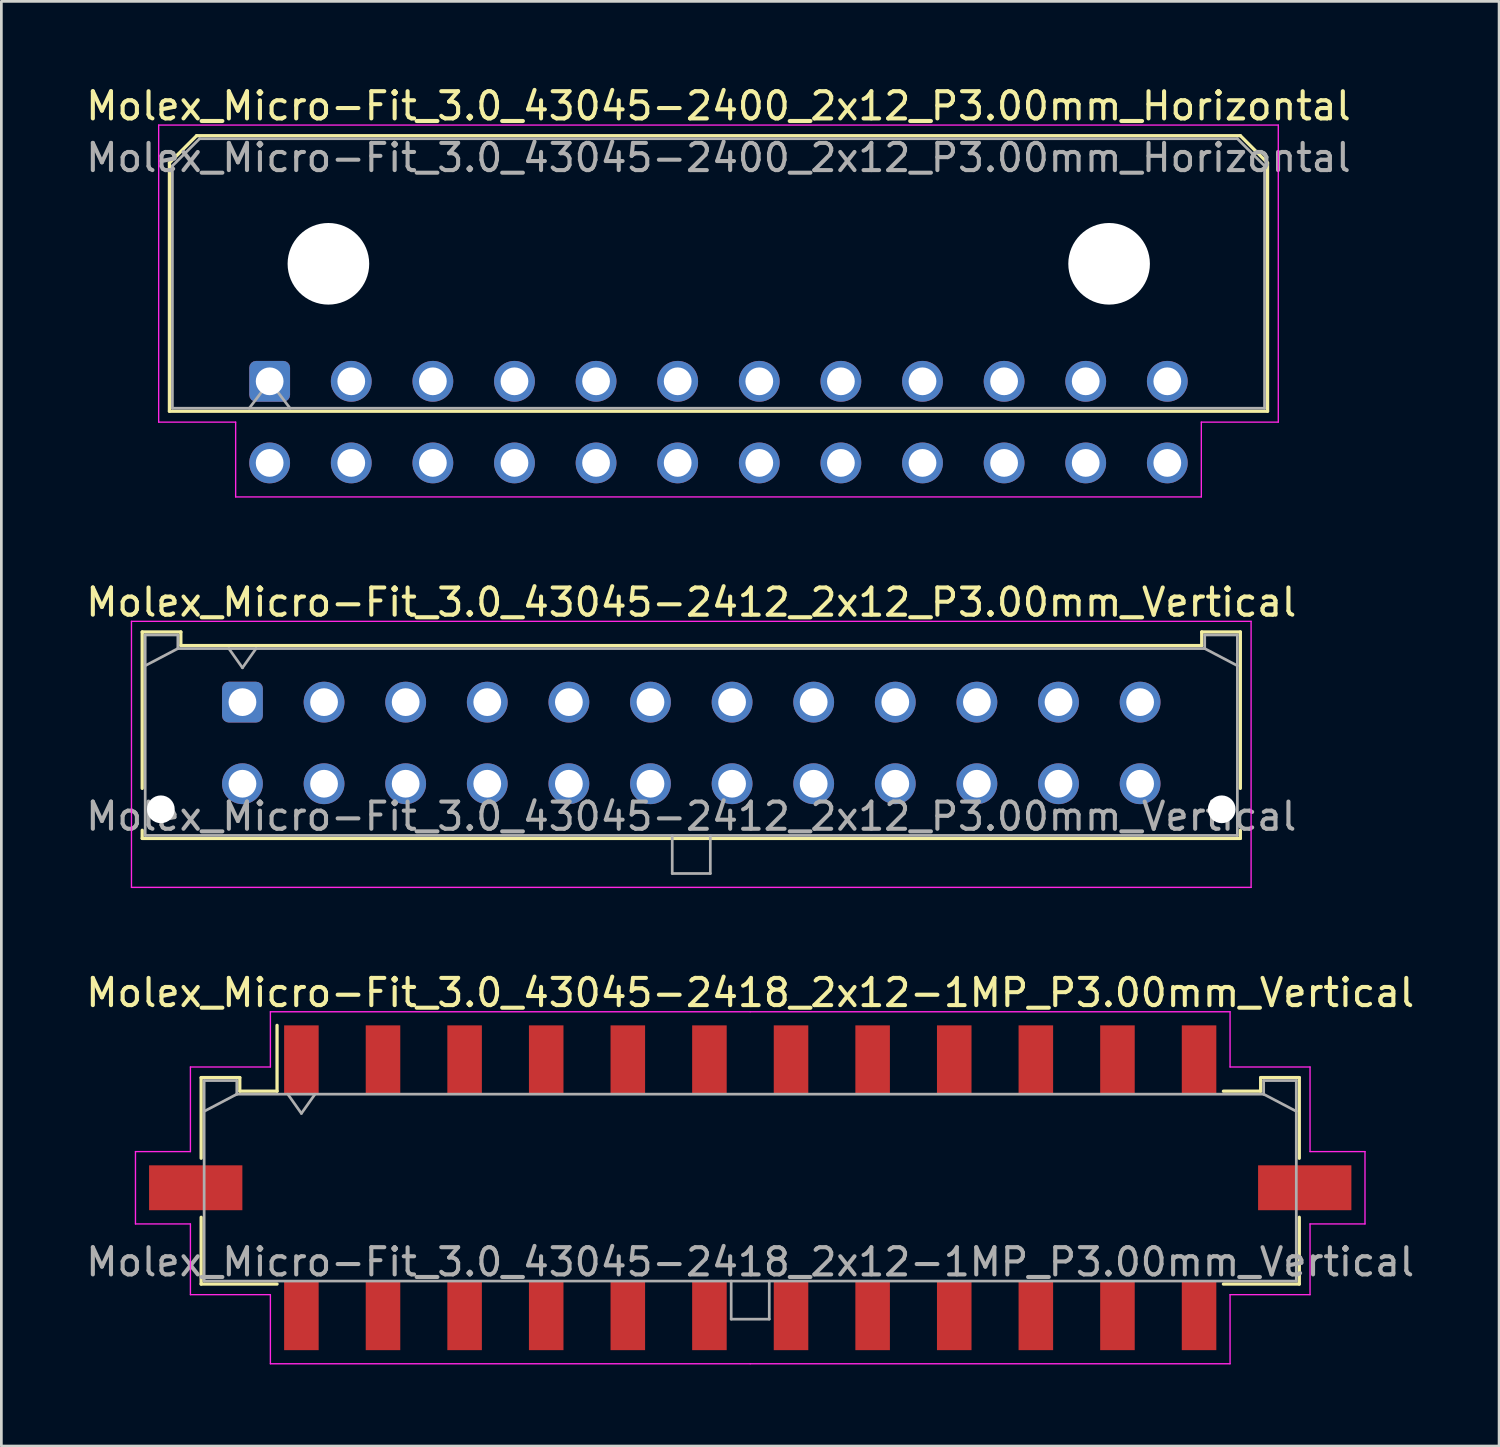
<source format=kicad_pcb>
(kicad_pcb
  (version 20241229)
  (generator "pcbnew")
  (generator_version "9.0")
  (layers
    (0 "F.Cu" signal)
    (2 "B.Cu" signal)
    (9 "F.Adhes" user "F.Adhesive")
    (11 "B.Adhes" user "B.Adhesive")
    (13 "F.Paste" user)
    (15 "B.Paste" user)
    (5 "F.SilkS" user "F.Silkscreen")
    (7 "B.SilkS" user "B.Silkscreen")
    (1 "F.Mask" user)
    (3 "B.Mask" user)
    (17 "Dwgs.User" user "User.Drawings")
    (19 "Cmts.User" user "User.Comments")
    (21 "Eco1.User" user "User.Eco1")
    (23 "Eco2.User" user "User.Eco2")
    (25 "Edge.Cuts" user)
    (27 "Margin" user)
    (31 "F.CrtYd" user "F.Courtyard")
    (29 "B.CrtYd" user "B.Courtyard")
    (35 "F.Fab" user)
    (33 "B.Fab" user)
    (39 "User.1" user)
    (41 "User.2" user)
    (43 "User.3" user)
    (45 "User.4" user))
  (footprint "Molex_Micro-Fit_3.0_43045-2412_2x12_P3.00mm_Vertical"
    (layer "F.Cu")
    (at 5.863 22.762)
    (property "Reference" "Molex_Micro-Fit_3.0_43045-2412_2x12_P3.00mm_Vertical" (at 16.5 -3.67 0) (layer "F.SilkS") (effects (font (size 1 1) (thickness 0.15))))
    (attr through_hole)
    (fp_line (start -3.685 -2.58) (end -2.265 -2.58) (stroke (width 0.12) (type solid)) (layer "F.SilkS"))
    (fp_line (start -3.685 3.17) (end -3.685 -2.58) (stroke (width 0.12) (type solid)) (layer "F.SilkS"))
    (fp_line (start -3.685 4.71) (end -3.685 5.01) (stroke (width 0.12) (type solid)) (layer "F.SilkS"))
    (fp_line (start -3.685 5.01) (end 36.685 5.01) (stroke (width 0.12) (type solid)) (layer "F.SilkS"))
    (fp_line (start -2.265 -2.58) (end -2.265 -2.08) (stroke (width 0.12) (type solid)) (layer "F.SilkS"))
    (fp_line (start -2.265 -2.08) (end 35.265 -2.08) (stroke (width 0.12) (type solid)) (layer "F.SilkS"))
    (fp_line (start 35.265 -2.58) (end 36.685 -2.58) (stroke (width 0.12) (type solid)) (layer "F.SilkS"))
    (fp_line (start 35.265 -2.08) (end 35.265 -2.58) (stroke (width 0.12) (type solid)) (layer "F.SilkS"))
    (fp_line (start 36.685 -2.58) (end 36.685 3.17) (stroke (width 0.12) (type solid)) (layer "F.SilkS"))
    (fp_line (start 36.685 5.01) (end 36.685 4.71) (stroke (width 0.12) (type solid)) (layer "F.SilkS"))
    (fp_line (start -4.08 -2.97) (end 37.08 -2.97) (stroke (width 0.05) (type solid)) (layer "F.CrtYd"))
    (fp_line (start -4.08 6.81) (end -4.08 -2.97) (stroke (width 0.05) (type solid)) (layer "F.CrtYd"))
    (fp_line (start 37.08 -2.97) (end 37.08 6.81) (stroke (width 0.05) (type solid)) (layer "F.CrtYd"))
    (fp_line (start 37.08 6.81) (end -4.08 6.81) (stroke (width 0.05) (type solid)) (layer "F.CrtYd"))
    (fp_line (start -3.575 -2.47) (end -3.575 4.9) (stroke (width 0.1) (type solid)) (layer "F.Fab"))
    (fp_line (start -3.575 -1.34) (end -2.375 -1.97) (stroke (width 0.1) (type solid)) (layer "F.Fab"))
    (fp_line (start -3.575 4.9) (end 36.575 4.9) (stroke (width 0.1) (type solid)) (layer "F.Fab"))
    (fp_line (start -2.375 -2.47) (end -3.575 -2.47) (stroke (width 0.1) (type solid)) (layer "F.Fab"))
    (fp_line (start -2.375 -1.97) (end -2.375 -2.47) (stroke (width 0.1) (type solid)) (layer "F.Fab"))
    (fp_line (start -0.5 -1.97) (end 0 -1.263) (stroke (width 0.1) (type solid)) (layer "F.Fab"))
    (fp_line (start 0 -1.263) (end 0.5 -1.97) (stroke (width 0.1) (type solid)) (layer "F.Fab"))
    (fp_line (start 15.8 4.9) (end 15.8 6.3) (stroke (width 0.1) (type solid)) (layer "F.Fab"))
    (fp_line (start 15.8 6.3) (end 17.2 6.3) (stroke (width 0.1) (type solid)) (layer "F.Fab"))
    (fp_line (start 17.2 6.3) (end 17.2 4.9) (stroke (width 0.1) (type solid)) (layer "F.Fab"))
    (fp_line (start 35.375 -2.47) (end 35.375 -1.97) (stroke (width 0.1) (type solid)) (layer "F.Fab"))
    (fp_line (start 35.375 -1.97) (end -2.375 -1.97) (stroke (width 0.1) (type solid)) (layer "F.Fab"))
    (fp_line (start 36.575 -2.47) (end 35.375 -2.47) (stroke (width 0.1) (type solid)) (layer "F.Fab"))
    (fp_line (start 36.575 -1.34) (end 35.375 -1.97) (stroke (width 0.1) (type solid)) (layer "F.Fab"))
    (fp_line (start 36.575 4.9) (end 36.575 -2.47) (stroke (width 0.1) (type solid)) (layer "F.Fab"))
    (fp_text user "${REFERENCE}" (at 16.5 4.2 0) (layer "F.Fab") (effects (font (size 1 1) (thickness 0.15))))
    (pad "" np_thru_hole circle (at -3 3.94) (size 1.02 1.02) (drill 1.02) (layers "*.Cu" "*.Mask"))
    (pad "" np_thru_hole circle (at 36 3.94) (size 1.02 1.02) (drill 1.02) (layers "*.Cu" "*.Mask"))
    (pad "1" thru_hole roundrect (at 0 0) (size 1.5 1.5) (drill 1.02) (layers "*.Cu" "*.Mask") (roundrect_rratio 0.167))
    (pad "2" thru_hole circle (at 3 0) (size 1.5 1.5) (drill 1.02) (layers "*.Cu" "*.Mask"))
    (pad "3" thru_hole circle (at 6 0) (size 1.5 1.5) (drill 1.02) (layers "*.Cu" "*.Mask"))
    (pad "4" thru_hole circle (at 9 0) (size 1.5 1.5) (drill 1.02) (layers "*.Cu" "*.Mask"))
    (pad "5" thru_hole circle (at 12 0) (size 1.5 1.5) (drill 1.02) (layers "*.Cu" "*.Mask"))
    (pad "6" thru_hole circle (at 15 0) (size 1.5 1.5) (drill 1.02) (layers "*.Cu" "*.Mask"))
    (pad "7" thru_hole circle (at 18 0) (size 1.5 1.5) (drill 1.02) (layers "*.Cu" "*.Mask"))
    (pad "8" thru_hole circle (at 21 0) (size 1.5 1.5) (drill 1.02) (layers "*.Cu" "*.Mask"))
    (pad "9" thru_hole circle (at 24 0) (size 1.5 1.5) (drill 1.02) (layers "*.Cu" "*.Mask"))
    (pad "10" thru_hole circle (at 27 0) (size 1.5 1.5) (drill 1.02) (layers "*.Cu" "*.Mask"))
    (pad "11" thru_hole circle (at 30 0) (size 1.5 1.5) (drill 1.02) (layers "*.Cu" "*.Mask"))
    (pad "12" thru_hole circle (at 33 0) (size 1.5 1.5) (drill 1.02) (layers "*.Cu" "*.Mask"))
    (pad "13" thru_hole circle (at 0 3) (size 1.5 1.5) (drill 1.02) (layers "*.Cu" "*.Mask"))
    (pad "14" thru_hole circle (at 3 3) (size 1.5 1.5) (drill 1.02) (layers "*.Cu" "*.Mask"))
    (pad "15" thru_hole circle (at 6 3) (size 1.5 1.5) (drill 1.02) (layers "*.Cu" "*.Mask"))
    (pad "16" thru_hole circle (at 9 3) (size 1.5 1.5) (drill 1.02) (layers "*.Cu" "*.Mask"))
    (pad "17" thru_hole circle (at 12 3) (size 1.5 1.5) (drill 1.02) (layers "*.Cu" "*.Mask"))
    (pad "18" thru_hole circle (at 15 3) (size 1.5 1.5) (drill 1.02) (layers "*.Cu" "*.Mask"))
    (pad "19" thru_hole circle (at 18 3) (size 1.5 1.5) (drill 1.02) (layers "*.Cu" "*.Mask"))
    (pad "20" thru_hole circle (at 21 3) (size 1.5 1.5) (drill 1.02) (layers "*.Cu" "*.Mask"))
    (pad "21" thru_hole circle (at 24 3) (size 1.5 1.5) (drill 1.02) (layers "*.Cu" "*.Mask"))
    (pad "22" thru_hole circle (at 27 3) (size 1.5 1.5) (drill 1.02) (layers "*.Cu" "*.Mask"))
    (pad "23" thru_hole circle (at 30 3) (size 1.5 1.5) (drill 1.02) (layers "*.Cu" "*.Mask"))
    (pad "24" thru_hole circle (at 33 3) (size 1.5 1.5) (drill 1.02) (layers "*.Cu" "*.Mask")))
  (footprint "Molex_Micro-Fit_3.0_43045-2400_2x12_P3.00mm_Horizontal"
    (layer "F.Cu")
    (at 6.863 10.968)
    (property "Reference" "Molex_Micro-Fit_3.0_43045-2400_2x12_P3.00mm_Horizontal" (at 16.5 -10.12 0) (layer "F.SilkS") (effects (font (size 1 1) (thickness 0.15))))
    (attr through_hole)
    (fp_line (start -3.685 -8.03) (end -2.685 -9.03) (stroke (width 0.12) (type solid)) (layer "F.SilkS"))
    (fp_line (start -3.685 1.1) (end -3.685 -8.03) (stroke (width 0.12) (type solid)) (layer "F.SilkS"))
    (fp_line (start -2.685 -9.03) (end 35.685 -9.03) (stroke (width 0.12) (type solid)) (layer "F.SilkS"))
    (fp_line (start 35.685 -9.03) (end 36.685 -8.03) (stroke (width 0.12) (type solid)) (layer "F.SilkS"))
    (fp_line (start 36.685 -8.03) (end 36.685 1.1) (stroke (width 0.12) (type solid)) (layer "F.SilkS"))
    (fp_line (start 36.685 1.1) (end -3.685 1.1) (stroke (width 0.12) (type solid)) (layer "F.SilkS"))
    (fp_line (start -4.08 -9.42) (end 37.08 -9.42) (stroke (width 0.05) (type solid)) (layer "F.CrtYd"))
    (fp_line (start -4.08 1.5) (end -4.08 -9.42) (stroke (width 0.05) (type solid)) (layer "F.CrtYd"))
    (fp_line (start -1.25 1.5) (end -4.08 1.5) (stroke (width 0.05) (type solid)) (layer "F.CrtYd"))
    (fp_line (start -1.25 4.25) (end -1.25 1.5) (stroke (width 0.05) (type solid)) (layer "F.CrtYd"))
    (fp_line (start 34.25 1.5) (end 34.25 4.25) (stroke (width 0.05) (type solid)) (layer "F.CrtYd"))
    (fp_line (start 34.25 4.25) (end -1.25 4.25) (stroke (width 0.05) (type solid)) (layer "F.CrtYd"))
    (fp_line (start 37.08 -9.42) (end 37.08 1.5) (stroke (width 0.05) (type solid)) (layer "F.CrtYd"))
    (fp_line (start 37.08 1.5) (end 34.25 1.5) (stroke (width 0.05) (type solid)) (layer "F.CrtYd"))
    (fp_line (start -3.575 -7.92) (end -2.575 -8.92) (stroke (width 0.1) (type solid)) (layer "F.Fab"))
    (fp_line (start -3.575 0.99) (end -3.575 -7.92) (stroke (width 0.1) (type solid)) (layer "F.Fab"))
    (fp_line (start -2.575 -8.92) (end 35.575 -8.92) (stroke (width 0.1) (type solid)) (layer "F.Fab"))
    (fp_line (start -0.75 0.99) (end 0 0) (stroke (width 0.1) (type solid)) (layer "F.Fab"))
    (fp_line (start 0 0) (end 0.75 0.99) (stroke (width 0.1) (type solid)) (layer "F.Fab"))
    (fp_line (start 35.575 -8.92) (end 36.575 -7.92) (stroke (width 0.1) (type solid)) (layer "F.Fab"))
    (fp_line (start 36.575 -7.92) (end 36.575 0.99) (stroke (width 0.1) (type solid)) (layer "F.Fab"))
    (fp_line (start 36.575 0.99) (end -3.575 0.99) (stroke (width 0.1) (type solid)) (layer "F.Fab"))
    (fp_text user "${REFERENCE}" (at 16.5 -8.22 0) (layer "F.Fab") (effects (font (size 1 1) (thickness 0.15))))
    (pad "" np_thru_hole circle (at 2.16 -4.32) (size 3 3) (drill 3) (layers "*.Cu" "*.Mask"))
    (pad "" np_thru_hole circle (at 30.86 -4.32) (size 3 3) (drill 3) (layers "*.Cu" "*.Mask"))
    (pad "1" thru_hole roundrect (at 0 0) (size 1.5 1.5) (drill 1.02) (layers "*.Cu" "*.Mask") (roundrect_rratio 0.167))
    (pad "2" thru_hole circle (at 3 0) (size 1.5 1.5) (drill 1.02) (layers "*.Cu" "*.Mask"))
    (pad "3" thru_hole circle (at 6 0) (size 1.5 1.5) (drill 1.02) (layers "*.Cu" "*.Mask"))
    (pad "4" thru_hole circle (at 9 0) (size 1.5 1.5) (drill 1.02) (layers "*.Cu" "*.Mask"))
    (pad "5" thru_hole circle (at 12 0) (size 1.5 1.5) (drill 1.02) (layers "*.Cu" "*.Mask"))
    (pad "6" thru_hole circle (at 15 0) (size 1.5 1.5) (drill 1.02) (layers "*.Cu" "*.Mask"))
    (pad "7" thru_hole circle (at 18 0) (size 1.5 1.5) (drill 1.02) (layers "*.Cu" "*.Mask"))
    (pad "8" thru_hole circle (at 21 0) (size 1.5 1.5) (drill 1.02) (layers "*.Cu" "*.Mask"))
    (pad "9" thru_hole circle (at 24 0) (size 1.5 1.5) (drill 1.02) (layers "*.Cu" "*.Mask"))
    (pad "10" thru_hole circle (at 27 0) (size 1.5 1.5) (drill 1.02) (layers "*.Cu" "*.Mask"))
    (pad "11" thru_hole circle (at 30 0) (size 1.5 1.5) (drill 1.02) (layers "*.Cu" "*.Mask"))
    (pad "12" thru_hole circle (at 33 0) (size 1.5 1.5) (drill 1.02) (layers "*.Cu" "*.Mask"))
    (pad "13" thru_hole circle (at 0 3) (size 1.5 1.5) (drill 1.02) (layers "*.Cu" "*.Mask"))
    (pad "14" thru_hole circle (at 3 3) (size 1.5 1.5) (drill 1.02) (layers "*.Cu" "*.Mask"))
    (pad "15" thru_hole circle (at 6 3) (size 1.5 1.5) (drill 1.02) (layers "*.Cu" "*.Mask"))
    (pad "16" thru_hole circle (at 9 3) (size 1.5 1.5) (drill 1.02) (layers "*.Cu" "*.Mask"))
    (pad "17" thru_hole circle (at 12 3) (size 1.5 1.5) (drill 1.02) (layers "*.Cu" "*.Mask"))
    (pad "18" thru_hole circle (at 15 3) (size 1.5 1.5) (drill 1.02) (layers "*.Cu" "*.Mask"))
    (pad "19" thru_hole circle (at 18 3) (size 1.5 1.5) (drill 1.02) (layers "*.Cu" "*.Mask"))
    (pad "20" thru_hole circle (at 21 3) (size 1.5 1.5) (drill 1.02) (layers "*.Cu" "*.Mask"))
    (pad "21" thru_hole circle (at 24 3) (size 1.5 1.5) (drill 1.02) (layers "*.Cu" "*.Mask"))
    (pad "22" thru_hole circle (at 27 3) (size 1.5 1.5) (drill 1.02) (layers "*.Cu" "*.Mask"))
    (pad "23" thru_hole circle (at 30 3) (size 1.5 1.5) (drill 1.02) (layers "*.Cu" "*.Mask"))
    (pad "24" thru_hole circle (at 33 3) (size 1.5 1.5) (drill 1.02) (layers "*.Cu" "*.Mask")))
  (footprint "Molex_Micro-Fit_3.0_43045-2418_2x12-1MP_P3.00mm_Vertical"
    (layer "F.Cu")
    (at 24.53 40.615)
    (property "Reference" "Molex_Micro-Fit_3.0_43045-2418_2x12-1MP_P3.00mm_Vertical" (at 0 -7.17 0) (layer "F.SilkS") (effects (font (size 1 1) (thickness 0.15))))
    (attr smd)
    (fp_line (start -20.185 -4.05) (end -18.765 -4.05) (stroke (width 0.12) (type solid)) (layer "F.SilkS"))
    (fp_line (start -20.185 -1.085) (end -20.185 -4.05) (stroke (width 0.12) (type solid)) (layer "F.SilkS"))
    (fp_line (start -20.185 1.085) (end -20.185 3.54) (stroke (width 0.12) (type solid)) (layer "F.SilkS"))
    (fp_line (start -20.185 3.54) (end -17.395 3.54) (stroke (width 0.12) (type solid)) (layer "F.SilkS"))
    (fp_line (start -18.765 -4.05) (end -18.765 -3.55) (stroke (width 0.12) (type solid)) (layer "F.SilkS"))
    (fp_line (start -18.765 -3.55) (end -17.395 -3.55) (stroke (width 0.12) (type solid)) (layer "F.SilkS"))
    (fp_line (start -17.395 -3.55) (end -17.395 -5.97) (stroke (width 0.12) (type solid)) (layer "F.SilkS"))
    (fp_line (start 18.765 -4.05) (end 18.765 -3.55) (stroke (width 0.12) (type solid)) (layer "F.SilkS"))
    (fp_line (start 18.765 -3.55) (end 17.395 -3.55) (stroke (width 0.12) (type solid)) (layer "F.SilkS"))
    (fp_line (start 20.185 -4.05) (end 18.765 -4.05) (stroke (width 0.12) (type solid)) (layer "F.SilkS"))
    (fp_line (start 20.185 -1.085) (end 20.185 -4.05) (stroke (width 0.12) (type solid)) (layer "F.SilkS"))
    (fp_line (start 20.185 1.085) (end 20.185 3.54) (stroke (width 0.12) (type solid)) (layer "F.SilkS"))
    (fp_line (start 20.185 3.54) (end 17.395 3.54) (stroke (width 0.12) (type solid)) (layer "F.SilkS"))
    (fp_line (start -22.6 -1.33) (end -22.6 1.33) (stroke (width 0.05) (type solid)) (layer "F.CrtYd"))
    (fp_line (start -22.6 1.33) (end -20.58 1.33) (stroke (width 0.05) (type solid)) (layer "F.CrtYd"))
    (fp_line (start -20.58 -4.44) (end -20.58 -1.33) (stroke (width 0.05) (type solid)) (layer "F.CrtYd"))
    (fp_line (start -20.58 -1.33) (end -22.6 -1.33) (stroke (width 0.05) (type solid)) (layer "F.CrtYd"))
    (fp_line (start -20.58 1.33) (end -20.58 3.93) (stroke (width 0.05) (type solid)) (layer "F.CrtYd"))
    (fp_line (start -20.58 3.93) (end -17.64 3.93) (stroke (width 0.05) (type solid)) (layer "F.CrtYd"))
    (fp_line (start -17.64 -6.47) (end -17.64 -4.44) (stroke (width 0.05) (type solid)) (layer "F.CrtYd"))
    (fp_line (start -17.64 -4.44) (end -20.58 -4.44) (stroke (width 0.05) (type solid)) (layer "F.CrtYd"))
    (fp_line (start -17.64 3.93) (end -17.64 6.47) (stroke (width 0.05) (type solid)) (layer "F.CrtYd"))
    (fp_line (start -17.64 6.47) (end 0 6.47) (stroke (width 0.05) (type solid)) (layer "F.CrtYd"))
    (fp_line (start 0 -6.47) (end -17.64 -6.47) (stroke (width 0.05) (type solid)) (layer "F.CrtYd"))
    (fp_line (start 0 -6.47) (end 17.64 -6.47) (stroke (width 0.05) (type solid)) (layer "F.CrtYd"))
    (fp_line (start 17.64 -6.47) (end 17.64 -4.44) (stroke (width 0.05) (type solid)) (layer "F.CrtYd"))
    (fp_line (start 17.64 -4.44) (end 20.58 -4.44) (stroke (width 0.05) (type solid)) (layer "F.CrtYd"))
    (fp_line (start 17.64 3.93) (end 17.64 6.47) (stroke (width 0.05) (type solid)) (layer "F.CrtYd"))
    (fp_line (start 17.64 6.47) (end 0 6.47) (stroke (width 0.05) (type solid)) (layer "F.CrtYd"))
    (fp_line (start 20.58 -4.44) (end 20.58 -1.33) (stroke (width 0.05) (type solid)) (layer "F.CrtYd"))
    (fp_line (start 20.58 -1.33) (end 22.6 -1.33) (stroke (width 0.05) (type solid)) (layer "F.CrtYd"))
    (fp_line (start 20.58 1.33) (end 20.58 3.93) (stroke (width 0.05) (type solid)) (layer "F.CrtYd"))
    (fp_line (start 20.58 3.93) (end 17.64 3.93) (stroke (width 0.05) (type solid)) (layer "F.CrtYd"))
    (fp_line (start 22.6 -1.33) (end 22.6 1.33) (stroke (width 0.05) (type solid)) (layer "F.CrtYd"))
    (fp_line (start 22.6 1.33) (end 20.58 1.33) (stroke (width 0.05) (type solid)) (layer "F.CrtYd"))
    (fp_line (start -20.075 -3.94) (end -20.075 3.43) (stroke (width 0.1) (type solid)) (layer "F.Fab"))
    (fp_line (start -20.075 -2.81) (end -18.875 -3.44) (stroke (width 0.1) (type solid)) (layer "F.Fab"))
    (fp_line (start -20.075 3.43) (end 20.075 3.43) (stroke (width 0.1) (type solid)) (layer "F.Fab"))
    (fp_line (start -18.875 -3.94) (end -20.075 -3.94) (stroke (width 0.1) (type solid)) (layer "F.Fab"))
    (fp_line (start -18.875 -3.44) (end -18.875 -3.94) (stroke (width 0.1) (type solid)) (layer "F.Fab"))
    (fp_line (start -17 -3.44) (end -16.5 -2.733) (stroke (width 0.1) (type solid)) (layer "F.Fab"))
    (fp_line (start -16.5 -2.733) (end -16 -3.44) (stroke (width 0.1) (type solid)) (layer "F.Fab"))
    (fp_line (start -0.7 3.43) (end -0.7 4.83) (stroke (width 0.1) (type solid)) (layer "F.Fab"))
    (fp_line (start -0.7 4.83) (end 0.7 4.83) (stroke (width 0.1) (type solid)) (layer "F.Fab"))
    (fp_line (start 0.7 4.83) (end 0.7 3.43) (stroke (width 0.1) (type solid)) (layer "F.Fab"))
    (fp_line (start 18.875 -3.94) (end 18.875 -3.44) (stroke (width 0.1) (type solid)) (layer "F.Fab"))
    (fp_line (start 18.875 -3.44) (end -18.875 -3.44) (stroke (width 0.1) (type solid)) (layer "F.Fab"))
    (fp_line (start 20.075 -3.94) (end 18.875 -3.94) (stroke (width 0.1) (type solid)) (layer "F.Fab"))
    (fp_line (start 20.075 -2.81) (end 18.875 -3.44) (stroke (width 0.1) (type solid)) (layer "F.Fab"))
    (fp_line (start 20.075 3.43) (end 20.075 -3.94) (stroke (width 0.1) (type solid)) (layer "F.Fab"))
    (fp_text user "${REFERENCE}" (at 0 2.73 0) (layer "F.Fab") (effects (font (size 1 1) (thickness 0.15))))
    (pad "1" smd rect (at -16.5 -4.7) (size 1.27 2.54) (layers "F.Cu" "F.Mask" "F.Paste"))
    (pad "2" smd rect (at -13.5 -4.7) (size 1.27 2.54) (layers "F.Cu" "F.Mask" "F.Paste"))
    (pad "3" smd rect (at -10.5 -4.7) (size 1.27 2.54) (layers "F.Cu" "F.Mask" "F.Paste"))
    (pad "4" smd rect (at -7.5 -4.7) (size 1.27 2.54) (layers "F.Cu" "F.Mask" "F.Paste"))
    (pad "5" smd rect (at -4.5 -4.7) (size 1.27 2.54) (layers "F.Cu" "F.Mask" "F.Paste"))
    (pad "6" smd rect (at -1.5 -4.7) (size 1.27 2.54) (layers "F.Cu" "F.Mask" "F.Paste"))
    (pad "7" smd rect (at 1.5 -4.7) (size 1.27 2.54) (layers "F.Cu" "F.Mask" "F.Paste"))
    (pad "8" smd rect (at 4.5 -4.7) (size 1.27 2.54) (layers "F.Cu" "F.Mask" "F.Paste"))
    (pad "9" smd rect (at 7.5 -4.7) (size 1.27 2.54) (layers "F.Cu" "F.Mask" "F.Paste"))
    (pad "10" smd rect (at 10.5 -4.7) (size 1.27 2.54) (layers "F.Cu" "F.Mask" "F.Paste"))
    (pad "11" smd rect (at 13.5 -4.7) (size 1.27 2.54) (layers "F.Cu" "F.Mask" "F.Paste"))
    (pad "12" smd rect (at 16.5 -4.7) (size 1.27 2.54) (layers "F.Cu" "F.Mask" "F.Paste"))
    (pad "13" smd rect (at -16.5 4.7) (size 1.27 2.54) (layers "F.Cu" "F.Mask" "F.Paste"))
    (pad "14" smd rect (at -13.5 4.7) (size 1.27 2.54) (layers "F.Cu" "F.Mask" "F.Paste"))
    (pad "15" smd rect (at -10.5 4.7) (size 1.27 2.54) (layers "F.Cu" "F.Mask" "F.Paste"))
    (pad "16" smd rect (at -7.5 4.7) (size 1.27 2.54) (layers "F.Cu" "F.Mask" "F.Paste"))
    (pad "17" smd rect (at -4.5 4.7) (size 1.27 2.54) (layers "F.Cu" "F.Mask" "F.Paste"))
    (pad "18" smd rect (at -1.5 4.7) (size 1.27 2.54) (layers "F.Cu" "F.Mask" "F.Paste"))
    (pad "19" smd rect (at 1.5 4.7) (size 1.27 2.54) (layers "F.Cu" "F.Mask" "F.Paste"))
    (pad "20" smd rect (at 4.5 4.7) (size 1.27 2.54) (layers "F.Cu" "F.Mask" "F.Paste"))
    (pad "21" smd rect (at 7.5 4.7) (size 1.27 2.54) (layers "F.Cu" "F.Mask" "F.Paste"))
    (pad "22" smd rect (at 10.5 4.7) (size 1.27 2.54) (layers "F.Cu" "F.Mask" "F.Paste"))
    (pad "23" smd rect (at 13.5 4.7) (size 1.27 2.54) (layers "F.Cu" "F.Mask" "F.Paste"))
    (pad "24" smd rect (at 16.5 4.7) (size 1.27 2.54) (layers "F.Cu" "F.Mask" "F.Paste"))
    (pad "MP" smd rect (at -20.385 0) (size 3.43 1.65) (layers "F.Cu" "F.Mask" "F.Paste"))
    (pad "MP" smd rect (at 20.385 0) (size 3.43 1.65) (layers "F.Cu" "F.Mask" "F.Paste")))
  (gr_rect
    (start -3 -3)
    (end 52.06 50.11)
    (stroke (width 0.1) (type default))
    (fill no)
    (layer "Edge.Cuts")))
</source>
